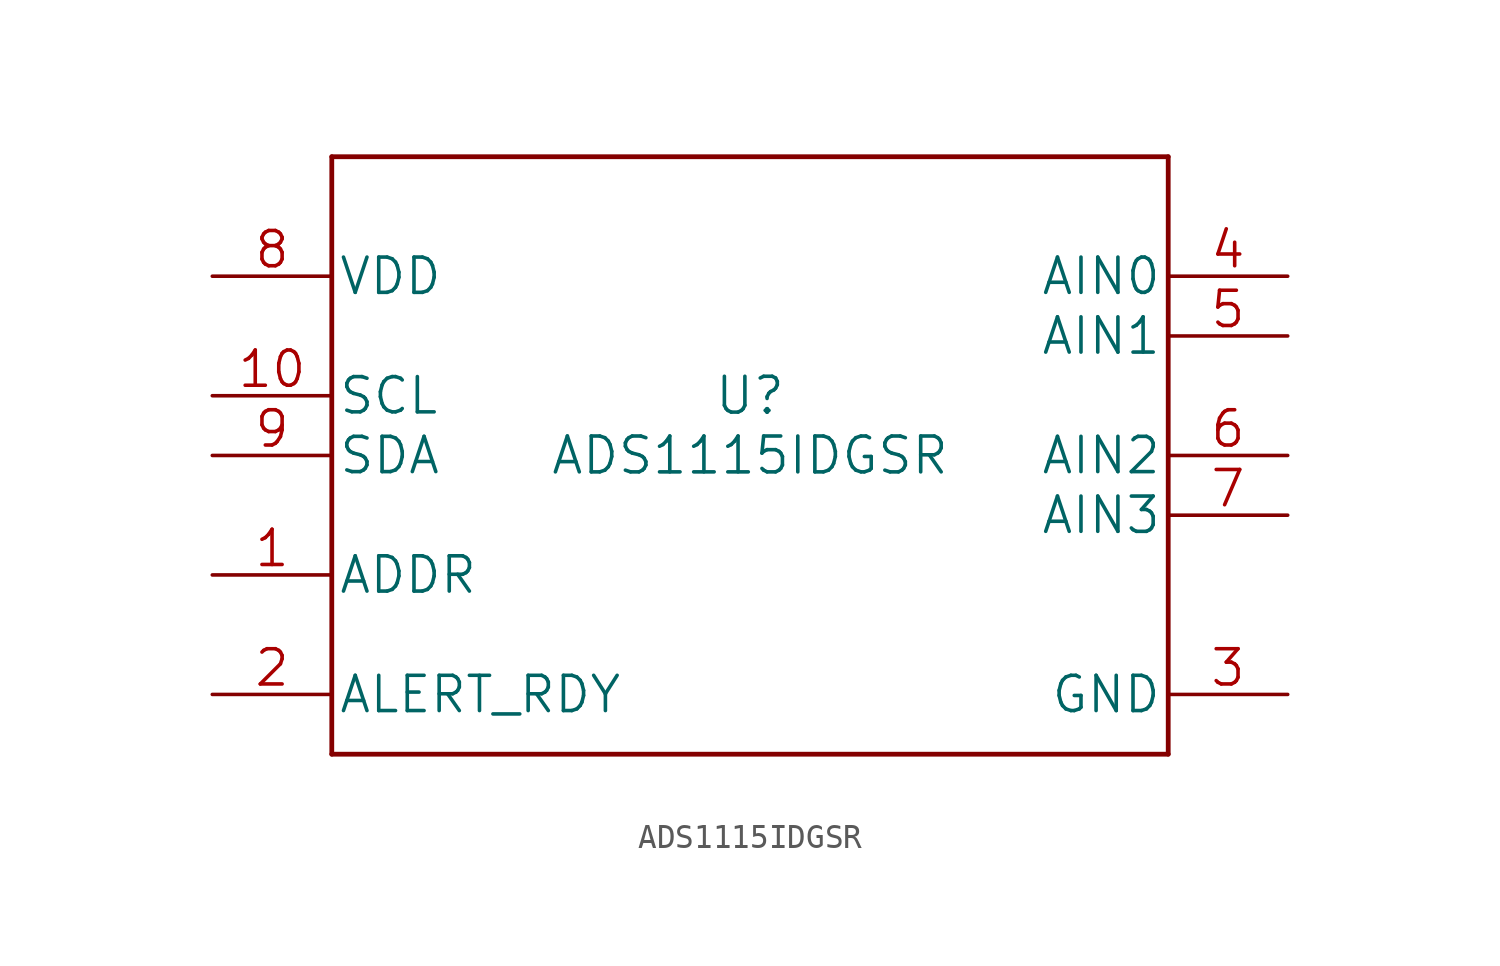
<source format=kicad_sym>
(kicad_symbol_lib
  (version 20211014)
  (generator kicad_symbol_editor)
  (symbol "ADS1115IDGSR"
    (pin_names
      (offset 0.254))
    (property "Reference" "U"
      (at 0 2.54 0)
      (effects (font (size 1.524 1.524))))
    (property "Value" "ADS1115IDGSR"
      (at 0 0 0)
      (effects (font (size 1.524 1.524))))
    (property "Datasheet" ""
      (at 0 0 0)
      (effects (font (size 1.524 1.524))))
    (property "ki_locked" ""
      (at 0 0 0)
      (effects (font (size 1.27 1.27))))
    (symbol "ADS1115IDGSR_1_1"
      (polyline (pts (xy -17.78 -12.7) (xy 17.78 -12.7)) (stroke (width 0.203) (type default) (color 0 0 0 0)) (fill (type none)))
      (polyline (pts (xy -17.78 12.7) (xy -17.78 -12.7)) (stroke (width 0.203) (type default) (color 0 0 0 0)) (fill (type none)))
      (polyline (pts (xy 17.78 -12.7) (xy 17.78 12.7)) (stroke (width 0.203) (type default) (color 0 0 0 0)) (fill (type none)))
      (polyline (pts (xy 17.78 12.7) (xy -17.78 12.7)) (stroke (width 0.203) (type default) (color 0 0 0 0)) (fill (type none)))
      (pin input line (at -22.86 -5.08 0) (length 5.08) (name "ADDR" (effects (font (size 1.499 1.499)))) (number "1" (effects (font (size 1.499 1.499)))))
      (pin input line (at -22.86 2.54 0) (length 5.08) (name "SCL" (effects (font (size 1.499 1.499)))) (number "10" (effects (font (size 1.499 1.499)))))
      (pin output line (at -22.86 -10.16 0) (length 5.08) (name "ALERT_RDY" (effects (font (size 1.499 1.499)))) (number "2" (effects (font (size 1.499 1.499)))))
      (pin power_in line (at 22.86 -10.16 180) (length 5.08) (name "GND" (effects (font (size 1.499 1.499)))) (number "3" (effects (font (size 1.499 1.499)))))
      (pin input line (at 22.86 7.62 180) (length 5.08) (name "AIN0" (effects (font (size 1.499 1.499)))) (number "4" (effects (font (size 1.499 1.499)))))
      (pin input line (at 22.86 5.08 180) (length 5.08) (name "AIN1" (effects (font (size 1.499 1.499)))) (number "5" (effects (font (size 1.499 1.499)))))
      (pin input line (at 22.86 0 180) (length 5.08) (name "AIN2" (effects (font (size 1.499 1.499)))) (number "6" (effects (font (size 1.499 1.499)))))
      (pin input line (at 22.86 -2.54 180) (length 5.08) (name "AIN3" (effects (font (size 1.499 1.499)))) (number "7" (effects (font (size 1.499 1.499)))))
      (pin power_in line (at -22.86 7.62 0) (length 5.08) (name "VDD" (effects (font (size 1.499 1.499)))) (number "8" (effects (font (size 1.499 1.499)))))
      (pin bidirectional line (at -22.86 0 0) (length 5.08) (name "SDA" (effects (font (size 1.499 1.499)))) (number "9" (effects (font (size 1.499 1.499))))))))
</source>
